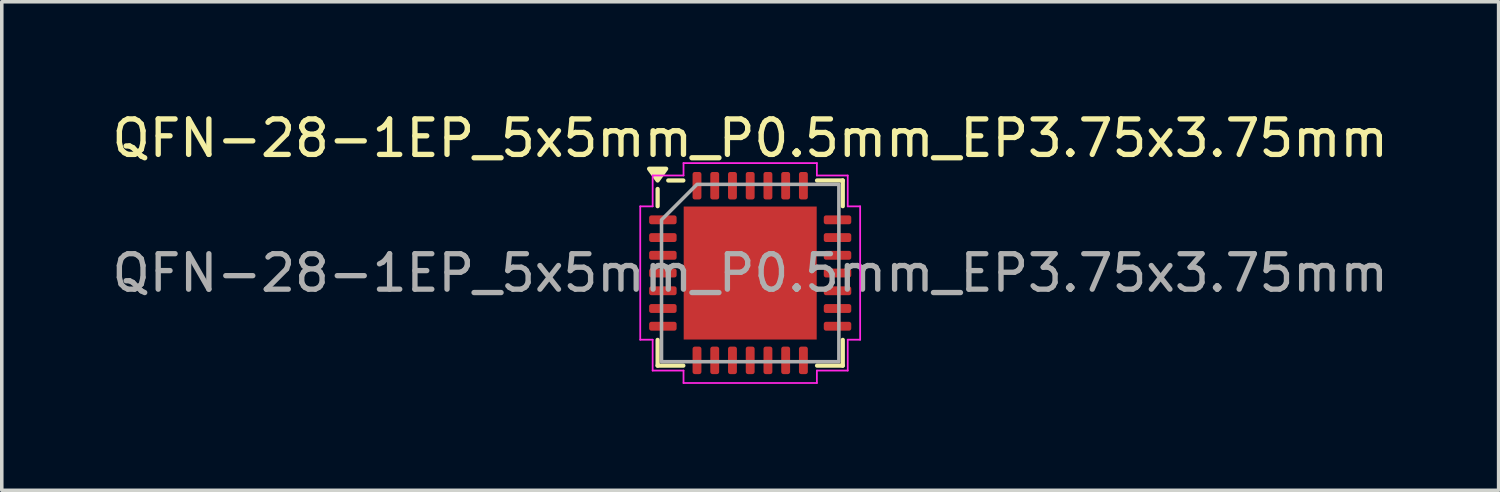
<source format=kicad_pcb>
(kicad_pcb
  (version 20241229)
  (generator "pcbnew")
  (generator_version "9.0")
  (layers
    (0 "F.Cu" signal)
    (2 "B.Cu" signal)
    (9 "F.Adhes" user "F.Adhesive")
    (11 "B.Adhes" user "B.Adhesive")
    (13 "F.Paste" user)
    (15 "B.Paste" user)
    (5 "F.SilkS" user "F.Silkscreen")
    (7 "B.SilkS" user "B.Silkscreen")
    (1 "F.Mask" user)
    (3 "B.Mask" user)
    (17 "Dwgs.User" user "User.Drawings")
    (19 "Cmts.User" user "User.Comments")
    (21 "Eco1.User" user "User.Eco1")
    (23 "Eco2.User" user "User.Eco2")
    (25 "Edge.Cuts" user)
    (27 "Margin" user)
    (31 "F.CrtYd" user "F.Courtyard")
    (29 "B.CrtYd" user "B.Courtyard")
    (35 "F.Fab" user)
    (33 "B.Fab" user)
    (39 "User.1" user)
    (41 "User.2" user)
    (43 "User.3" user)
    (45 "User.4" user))
  (footprint "QFN-28-1EP_5x5mm_P0.5mm_EP3.75x3.75mm"
    (layer "F.Cu")
    (at 18.101 4.648)
    (property "Reference" "QFN-28-1EP_5x5mm_P0.5mm_EP3.75x3.75mm" (at 0 -3.8 0) (layer "F.SilkS") (effects (font (size 1 1) (thickness 0.15))))
    (attr smd)
    (fp_line (start -2.61 -1.885) (end -2.61 -2.37) (stroke (width 0.12) (type solid)) (layer "F.SilkS"))
    (fp_line (start -2.61 2.61) (end -2.61 1.885) (stroke (width 0.12) (type solid)) (layer "F.SilkS"))
    (fp_line (start -1.885 -2.61) (end -2.31 -2.61) (stroke (width 0.12) (type solid)) (layer "F.SilkS"))
    (fp_line (start -1.885 2.61) (end -2.61 2.61) (stroke (width 0.12) (type solid)) (layer "F.SilkS"))
    (fp_line (start 1.885 -2.61) (end 2.61 -2.61) (stroke (width 0.12) (type solid)) (layer "F.SilkS"))
    (fp_line (start 1.885 2.61) (end 2.61 2.61) (stroke (width 0.12) (type solid)) (layer "F.SilkS"))
    (fp_line (start 2.61 -2.61) (end 2.61 -1.885) (stroke (width 0.12) (type solid)) (layer "F.SilkS"))
    (fp_line (start 2.61 2.61) (end 2.61 1.885) (stroke (width 0.12) (type solid)) (layer "F.SilkS"))
    (fp_poly (pts (xy -2.61 -2.61) (xy -2.85 -2.94) (xy -2.37 -2.94)) (stroke (width 0.12) (type solid)) (fill yes) (layer "F.SilkS"))
    (fp_line (start -3.1 -1.88) (end -2.75 -1.88) (stroke (width 0.05) (type solid)) (layer "F.CrtYd"))
    (fp_line (start -3.1 1.88) (end -3.1 -1.88) (stroke (width 0.05) (type solid)) (layer "F.CrtYd"))
    (fp_line (start -2.75 -2.75) (end -1.88 -2.75) (stroke (width 0.05) (type solid)) (layer "F.CrtYd"))
    (fp_line (start -2.75 -1.88) (end -2.75 -2.75) (stroke (width 0.05) (type solid)) (layer "F.CrtYd"))
    (fp_line (start -2.75 1.88) (end -3.1 1.88) (stroke (width 0.05) (type solid)) (layer "F.CrtYd"))
    (fp_line (start -2.75 2.75) (end -2.75 1.88) (stroke (width 0.05) (type solid)) (layer "F.CrtYd"))
    (fp_line (start -1.88 -3.1) (end 1.88 -3.1) (stroke (width 0.05) (type solid)) (layer "F.CrtYd"))
    (fp_line (start -1.88 -2.75) (end -1.88 -3.1) (stroke (width 0.05) (type solid)) (layer "F.CrtYd"))
    (fp_line (start -1.88 2.75) (end -2.75 2.75) (stroke (width 0.05) (type solid)) (layer "F.CrtYd"))
    (fp_line (start -1.88 3.1) (end -1.88 2.75) (stroke (width 0.05) (type solid)) (layer "F.CrtYd"))
    (fp_line (start 1.88 -3.1) (end 1.88 -2.75) (stroke (width 0.05) (type solid)) (layer "F.CrtYd"))
    (fp_line (start 1.88 -2.75) (end 2.75 -2.75) (stroke (width 0.05) (type solid)) (layer "F.CrtYd"))
    (fp_line (start 1.88 2.75) (end 1.88 3.1) (stroke (width 0.05) (type solid)) (layer "F.CrtYd"))
    (fp_line (start 1.88 3.1) (end -1.88 3.1) (stroke (width 0.05) (type solid)) (layer "F.CrtYd"))
    (fp_line (start 2.75 -2.75) (end 2.75 -1.88) (stroke (width 0.05) (type solid)) (layer "F.CrtYd"))
    (fp_line (start 2.75 -1.88) (end 3.1 -1.88) (stroke (width 0.05) (type solid)) (layer "F.CrtYd"))
    (fp_line (start 2.75 1.88) (end 2.75 2.75) (stroke (width 0.05) (type solid)) (layer "F.CrtYd"))
    (fp_line (start 2.75 2.75) (end 1.88 2.75) (stroke (width 0.05) (type solid)) (layer "F.CrtYd"))
    (fp_line (start 3.1 -1.88) (end 3.1 1.88) (stroke (width 0.05) (type solid)) (layer "F.CrtYd"))
    (fp_line (start 3.1 1.88) (end 2.75 1.88) (stroke (width 0.05) (type solid)) (layer "F.CrtYd"))
    (fp_poly (pts (xy -2.5 -1.5) (xy -2.5 2.5) (xy 2.5 2.5) (xy 2.5 -2.5) (xy -1.5 -2.5)) (stroke (width 0.1) (type solid)) (fill no) (layer "F.Fab"))
    (fp_text user "${REFERENCE}" (at 0 0 0) (layer "F.Fab") (effects (font (size 1 1) (thickness 0.15))))
    (pad "" smd roundrect (at -1.25 -1.25) (size 1.01 1.01) (layers "F.Paste") (roundrect_rratio 0.248))
    (pad "" smd roundrect (at -1.25 0) (size 1.01 1.01) (layers "F.Paste") (roundrect_rratio 0.248))
    (pad "" smd roundrect (at -1.25 1.25) (size 1.01 1.01) (layers "F.Paste") (roundrect_rratio 0.248))
    (pad "" smd roundrect (at 0 -1.25) (size 1.01 1.01) (layers "F.Paste") (roundrect_rratio 0.248))
    (pad "" smd roundrect (at 0 0) (size 1.01 1.01) (layers "F.Paste") (roundrect_rratio 0.248))
    (pad "" smd roundrect (at 0 1.25) (size 1.01 1.01) (layers "F.Paste") (roundrect_rratio 0.248))
    (pad "" smd roundrect (at 1.25 -1.25) (size 1.01 1.01) (layers "F.Paste") (roundrect_rratio 0.248))
    (pad "" smd roundrect (at 1.25 0) (size 1.01 1.01) (layers "F.Paste") (roundrect_rratio 0.248))
    (pad "" smd roundrect (at 1.25 1.25) (size 1.01 1.01) (layers "F.Paste") (roundrect_rratio 0.248))
    (pad "1" smd roundrect (at -2.462 -1.5) (size 0.775 0.25) (layers "F.Cu" "F.Mask" "F.Paste") (roundrect_rratio 0.25))
    (pad "2" smd roundrect (at -2.462 -1) (size 0.775 0.25) (layers "F.Cu" "F.Mask" "F.Paste") (roundrect_rratio 0.25))
    (pad "3" smd roundrect (at -2.462 -0.5) (size 0.775 0.25) (layers "F.Cu" "F.Mask" "F.Paste") (roundrect_rratio 0.25))
    (pad "4" smd roundrect (at -2.462 0) (size 0.775 0.25) (layers "F.Cu" "F.Mask" "F.Paste") (roundrect_rratio 0.25))
    (pad "5" smd roundrect (at -2.462 0.5) (size 0.775 0.25) (layers "F.Cu" "F.Mask" "F.Paste") (roundrect_rratio 0.25))
    (pad "6" smd roundrect (at -2.462 1) (size 0.775 0.25) (layers "F.Cu" "F.Mask" "F.Paste") (roundrect_rratio 0.25))
    (pad "7" smd roundrect (at -2.462 1.5) (size 0.775 0.25) (layers "F.Cu" "F.Mask" "F.Paste") (roundrect_rratio 0.25))
    (pad "8" smd roundrect (at -1.5 2.462) (size 0.25 0.775) (layers "F.Cu" "F.Mask" "F.Paste") (roundrect_rratio 0.25))
    (pad "9" smd roundrect (at -1 2.462) (size 0.25 0.775) (layers "F.Cu" "F.Mask" "F.Paste") (roundrect_rratio 0.25))
    (pad "10" smd roundrect (at -0.5 2.462) (size 0.25 0.775) (layers "F.Cu" "F.Mask" "F.Paste") (roundrect_rratio 0.25))
    (pad "11" smd roundrect (at 0 2.462) (size 0.25 0.775) (layers "F.Cu" "F.Mask" "F.Paste") (roundrect_rratio 0.25))
    (pad "12" smd roundrect (at 0.5 2.462) (size 0.25 0.775) (layers "F.Cu" "F.Mask" "F.Paste") (roundrect_rratio 0.25))
    (pad "13" smd roundrect (at 1 2.462) (size 0.25 0.775) (layers "F.Cu" "F.Mask" "F.Paste") (roundrect_rratio 0.25))
    (pad "14" smd roundrect (at 1.5 2.462) (size 0.25 0.775) (layers "F.Cu" "F.Mask" "F.Paste") (roundrect_rratio 0.25))
    (pad "15" smd roundrect (at 2.462 1.5) (size 0.775 0.25) (layers "F.Cu" "F.Mask" "F.Paste") (roundrect_rratio 0.25))
    (pad "16" smd roundrect (at 2.462 1) (size 0.775 0.25) (layers "F.Cu" "F.Mask" "F.Paste") (roundrect_rratio 0.25))
    (pad "17" smd roundrect (at 2.462 0.5) (size 0.775 0.25) (layers "F.Cu" "F.Mask" "F.Paste") (roundrect_rratio 0.25))
    (pad "18" smd roundrect (at 2.462 0) (size 0.775 0.25) (layers "F.Cu" "F.Mask" "F.Paste") (roundrect_rratio 0.25))
    (pad "19" smd roundrect (at 2.462 -0.5) (size 0.775 0.25) (layers "F.Cu" "F.Mask" "F.Paste") (roundrect_rratio 0.25))
    (pad "20" smd roundrect (at 2.462 -1) (size 0.775 0.25) (layers "F.Cu" "F.Mask" "F.Paste") (roundrect_rratio 0.25))
    (pad "21" smd roundrect (at 2.462 -1.5) (size 0.775 0.25) (layers "F.Cu" "F.Mask" "F.Paste") (roundrect_rratio 0.25))
    (pad "22" smd roundrect (at 1.5 -2.462) (size 0.25 0.775) (layers "F.Cu" "F.Mask" "F.Paste") (roundrect_rratio 0.25))
    (pad "23" smd roundrect (at 1 -2.462) (size 0.25 0.775) (layers "F.Cu" "F.Mask" "F.Paste") (roundrect_rratio 0.25))
    (pad "24" smd roundrect (at 0.5 -2.462) (size 0.25 0.775) (layers "F.Cu" "F.Mask" "F.Paste") (roundrect_rratio 0.25))
    (pad "25" smd roundrect (at 0 -2.462) (size 0.25 0.775) (layers "F.Cu" "F.Mask" "F.Paste") (roundrect_rratio 0.25))
    (pad "26" smd roundrect (at -0.5 -2.462) (size 0.25 0.775) (layers "F.Cu" "F.Mask" "F.Paste") (roundrect_rratio 0.25))
    (pad "27" smd roundrect (at -1 -2.462) (size 0.25 0.775) (layers "F.Cu" "F.Mask" "F.Paste") (roundrect_rratio 0.25))
    (pad "28" smd roundrect (at -1.5 -2.462) (size 0.25 0.775) (layers "F.Cu" "F.Mask" "F.Paste") (roundrect_rratio 0.25))
    (pad "29" smd rect (at 0 0) (size 3.75 3.75) (property pad_prop_heatsink) (layers "F.Cu" "F.Mask")))
  (gr_rect
    (start -3 -3)
    (end 39.202 10.773)
    (stroke (width 0.1) (type default))
    (fill no)
    (layer "Edge.Cuts")))
</source>
